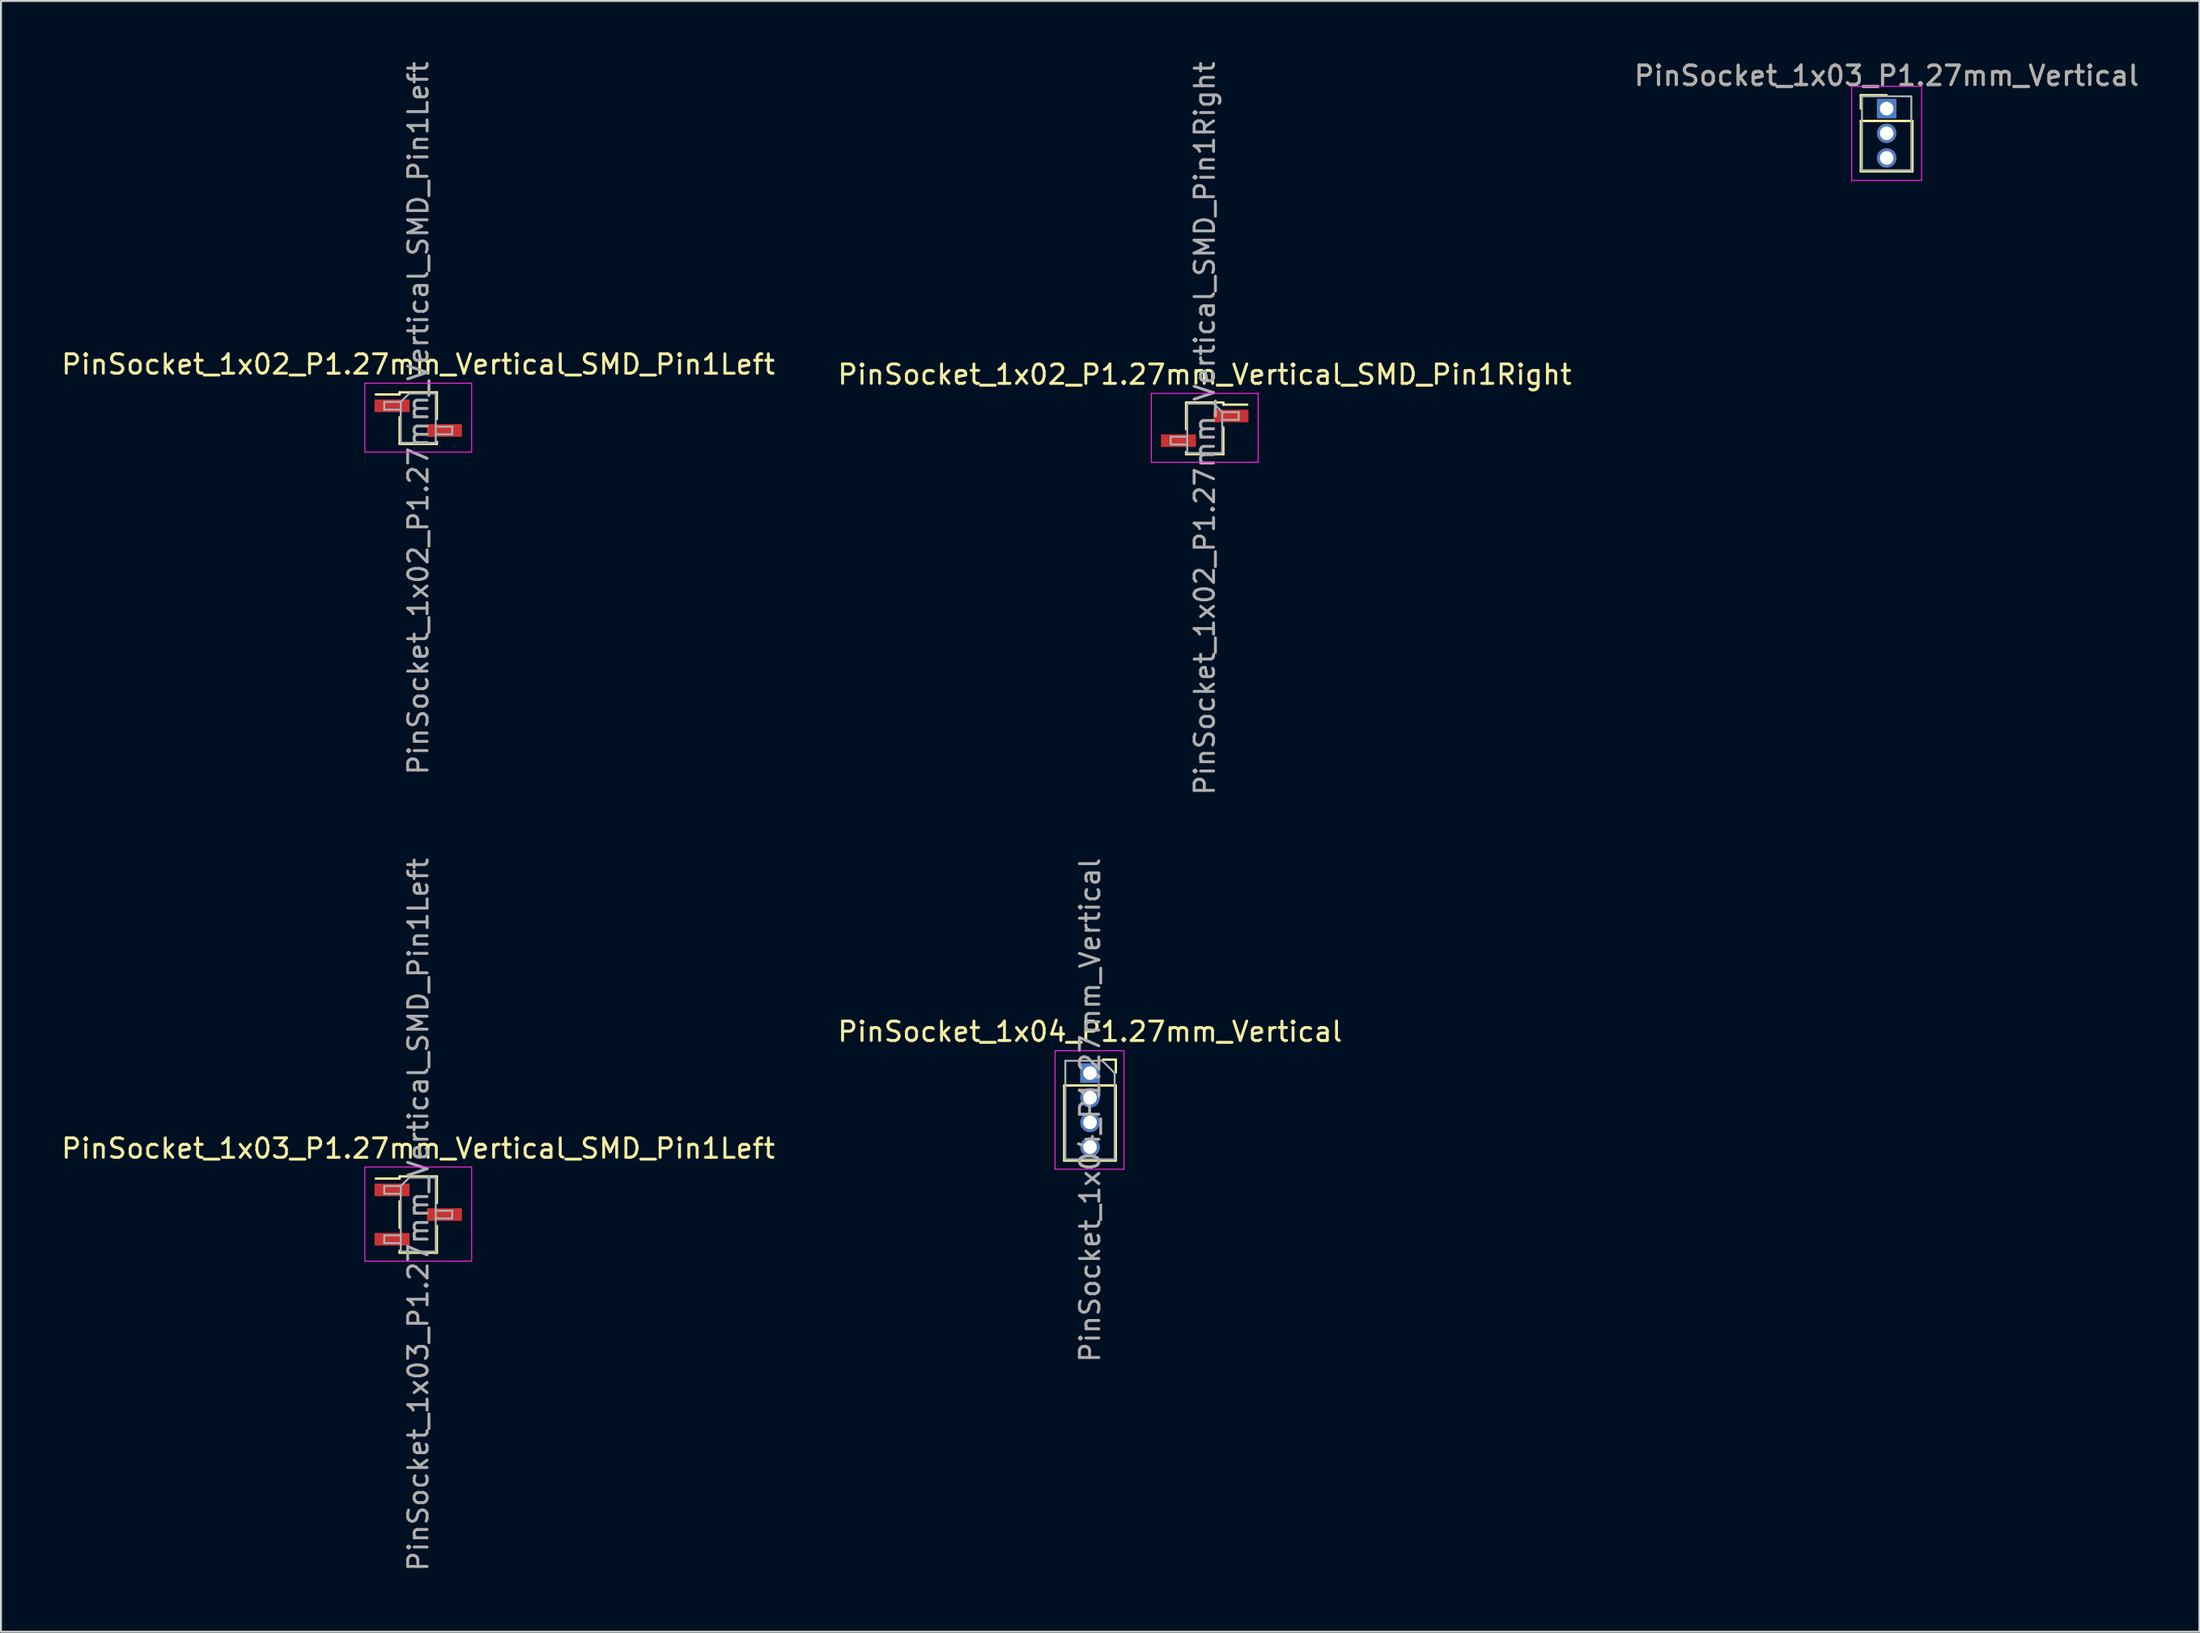
<source format=kicad_pcb>
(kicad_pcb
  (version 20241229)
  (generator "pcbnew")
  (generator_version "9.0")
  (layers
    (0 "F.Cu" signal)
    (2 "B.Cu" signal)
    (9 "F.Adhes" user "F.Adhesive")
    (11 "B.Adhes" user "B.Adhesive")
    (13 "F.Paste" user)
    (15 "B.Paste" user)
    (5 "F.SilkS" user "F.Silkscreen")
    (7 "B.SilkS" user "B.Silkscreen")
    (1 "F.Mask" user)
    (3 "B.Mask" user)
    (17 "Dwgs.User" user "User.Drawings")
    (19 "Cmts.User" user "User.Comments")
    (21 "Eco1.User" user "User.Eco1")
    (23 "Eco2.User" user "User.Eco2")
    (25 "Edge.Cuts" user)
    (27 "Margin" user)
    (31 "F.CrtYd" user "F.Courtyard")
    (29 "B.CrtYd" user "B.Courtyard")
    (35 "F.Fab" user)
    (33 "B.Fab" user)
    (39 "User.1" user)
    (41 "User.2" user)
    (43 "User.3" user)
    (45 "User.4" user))
  (footprint "PinSocket_1x04_P1.27mm_Vertical"
    (layer "F.Cu")
    (at 53.065 52.208)
    (property "Reference" "PinSocket_1x04_P1.27mm_Vertical" (at 0 -2.135 0) (layer "F.SilkS") (effects (font (size 1 1) (thickness 0.15))))
    (attr through_hole)
    (fp_line (start -1.33 0.635) (end -1.33 4.505) (stroke (width 0.12) (type solid)) (layer "F.SilkS"))
    (fp_line (start -1.33 4.505) (end 1.33 4.505) (stroke (width 0.12) (type solid)) (layer "F.SilkS"))
    (fp_line (start 1.33 -0.695) (end 0.665 -0.695) (stroke (width 0.12) (type solid)) (layer "F.SilkS"))
    (fp_line (start 1.33 -0.03) (end 1.33 -0.695) (stroke (width 0.12) (type solid)) (layer "F.SilkS"))
    (fp_line (start 1.33 0.635) (end -1.33 0.635) (stroke (width 0.12) (type solid)) (layer "F.SilkS"))
    (fp_line (start 1.33 4.505) (end 1.33 0.635) (stroke (width 0.12) (type solid)) (layer "F.SilkS"))
    (fp_line (start -1.8 -1.15) (end 1.75 -1.15) (stroke (width 0.05) (type solid)) (layer "F.CrtYd"))
    (fp_line (start -1.8 4.95) (end -1.8 -1.15) (stroke (width 0.05) (type solid)) (layer "F.CrtYd"))
    (fp_line (start 1.75 -1.15) (end 1.75 4.95) (stroke (width 0.05) (type solid)) (layer "F.CrtYd"))
    (fp_line (start 1.75 4.95) (end -1.8 4.95) (stroke (width 0.05) (type solid)) (layer "F.CrtYd"))
    (fp_line (start -1.27 -0.635) (end 0.635 -0.635) (stroke (width 0.1) (type solid)) (layer "F.Fab"))
    (fp_line (start -1.27 4.445) (end -1.27 -0.635) (stroke (width 0.1) (type solid)) (layer "F.Fab"))
    (fp_line (start 0.635 -0.635) (end 1.27 0) (stroke (width 0.1) (type solid)) (layer "F.Fab"))
    (fp_line (start 1.27 0) (end 1.27 4.445) (stroke (width 0.1) (type solid)) (layer "F.Fab"))
    (fp_line (start 1.27 4.445) (end -1.27 4.445) (stroke (width 0.1) (type solid)) (layer "F.Fab"))
    (fp_text user "${REFERENCE}" (at 0 1.905 90) (layer "F.Fab") (effects (font (size 1 1) (thickness 0.15))))
    (pad "1" thru_hole rect (at 0 0) (size 1 1) (drill 0.7) (layers "*.Cu" "*.Mask"))
    (pad "2" thru_hole oval (at 0 1.27) (size 1 1) (drill 0.7) (layers "*.Cu" "*.Mask"))
    (pad "3" thru_hole oval (at 0 2.54) (size 1 1) (drill 0.7) (layers "*.Cu" "*.Mask"))
    (pad "4" thru_hole oval (at 0 3.81) (size 1 1) (drill 0.7) (layers "*.Cu" "*.Mask")))
  (footprint "PinSocket_1x02_P1.27mm_Vertical_SMD_Pin1Right"
    (layer "F.Cu")
    (at 58.97 19.006)
    (property "Reference" "PinSocket_1x02_P1.27mm_Vertical_SMD_Pin1Right" (at 0 -2.77 0) (layer "F.SilkS") (effects (font (size 1 1) (thickness 0.15))))
    (attr smd)
    (fp_line (start -0.96 -1.33) (end -0.96 0.05) (stroke (width 0.12) (type solid)) (layer "F.SilkS"))
    (fp_line (start -0.96 -1.33) (end 0.96 -1.33) (stroke (width 0.12) (type solid)) (layer "F.SilkS"))
    (fp_line (start -0.96 1.22) (end -0.96 1.33) (stroke (width 0.12) (type solid)) (layer "F.SilkS"))
    (fp_line (start -0.96 1.33) (end 0.96 1.33) (stroke (width 0.12) (type solid)) (layer "F.SilkS"))
    (fp_line (start 0.96 -1.33) (end 0.96 -1.22) (stroke (width 0.12) (type solid)) (layer "F.SilkS"))
    (fp_line (start 0.96 -1.22) (end 2.19 -1.22) (stroke (width 0.12) (type solid)) (layer "F.SilkS"))
    (fp_line (start 0.96 -0.05) (end 0.96 1.33) (stroke (width 0.12) (type solid)) (layer "F.SilkS"))
    (fp_line (start -2.75 -1.8) (end 2.75 -1.8) (stroke (width 0.05) (type solid)) (layer "F.CrtYd"))
    (fp_line (start -2.75 1.75) (end -2.75 -1.8) (stroke (width 0.05) (type solid)) (layer "F.CrtYd"))
    (fp_line (start 2.75 -1.8) (end 2.75 1.75) (stroke (width 0.05) (type solid)) (layer "F.CrtYd"))
    (fp_line (start 2.75 1.75) (end -2.75 1.75) (stroke (width 0.05) (type solid)) (layer "F.CrtYd"))
    (fp_line (start -1.75 0.435) (end -0.9 0.435) (stroke (width 0.1) (type solid)) (layer "F.Fab"))
    (fp_line (start -1.75 0.835) (end -1.75 0.435) (stroke (width 0.1) (type solid)) (layer "F.Fab"))
    (fp_line (start -0.9 -1.27) (end 0.465 -1.27) (stroke (width 0.1) (type solid)) (layer "F.Fab"))
    (fp_line (start -0.9 0.835) (end -1.75 0.835) (stroke (width 0.1) (type solid)) (layer "F.Fab"))
    (fp_line (start -0.9 1.27) (end -0.9 -1.27) (stroke (width 0.1) (type solid)) (layer "F.Fab"))
    (fp_line (start 0.465 -1.27) (end 0.9 -0.835) (stroke (width 0.1) (type solid)) (layer "F.Fab"))
    (fp_line (start 0.9 -0.835) (end 0.9 1.27) (stroke (width 0.1) (type solid)) (layer "F.Fab"))
    (fp_line (start 0.9 -0.835) (end 1.75 -0.835) (stroke (width 0.1) (type solid)) (layer "F.Fab"))
    (fp_line (start 0.9 1.27) (end -0.9 1.27) (stroke (width 0.1) (type solid)) (layer "F.Fab"))
    (fp_line (start 1.75 -0.835) (end 1.75 -0.435) (stroke (width 0.1) (type solid)) (layer "F.Fab"))
    (fp_line (start 1.75 -0.435) (end 0.9 -0.435) (stroke (width 0.1) (type solid)) (layer "F.Fab"))
    (fp_text user "${REFERENCE}" (at 0 0 90) (layer "F.Fab") (effects (font (size 1 1) (thickness 0.15))))
    (pad "1" smd rect (at 1.35 -0.635) (size 1.8 0.65) (layers "F.Cu" "F.Mask" "F.Paste"))
    (pad "2" smd rect (at -1.35 0.635) (size 1.8 0.65) (layers "F.Cu" "F.Mask" "F.Paste")))
  (footprint "PinSocket_1x03_P1.27mm_Vertical"
    (layer "F.Cu")
    (at 94.077 2.543)
    (property "Reference" "PinSocket_1x03_P1.27mm_Vertical" (at 0 -1.695 0) (layer "F.SilkS") (effects (font (size 1 1) (thickness 0.15))))
    (attr through_hole)
    (fp_line (start -1.33 -0.695) (end 0 -0.695) (stroke (width 0.12) (type solid)) (layer "F.SilkS"))
    (fp_line (start -1.33 0) (end -1.33 -0.695) (stroke (width 0.12) (type solid)) (layer "F.SilkS"))
    (fp_line (start -1.33 0.635) (end -1.33 3.235) (stroke (width 0.12) (type solid)) (layer "F.SilkS"))
    (fp_line (start -1.33 3.235) (end 1.33 3.235) (stroke (width 0.12) (type solid)) (layer "F.SilkS"))
    (fp_line (start 1.33 0.635) (end -1.33 0.635) (stroke (width 0.12) (type solid)) (layer "F.SilkS"))
    (fp_line (start 1.33 3.235) (end 1.33 0.635) (stroke (width 0.12) (type solid)) (layer "F.SilkS"))
    (fp_line (start -1.8 -1.15) (end -1.8 3.7) (stroke (width 0.05) (type solid)) (layer "F.CrtYd"))
    (fp_line (start -1.8 3.7) (end 1.8 3.7) (stroke (width 0.05) (type solid)) (layer "F.CrtYd"))
    (fp_line (start 1.8 -1.15) (end -1.8 -1.15) (stroke (width 0.05) (type solid)) (layer "F.CrtYd"))
    (fp_line (start 1.8 3.7) (end 1.8 -1.15) (stroke (width 0.05) (type solid)) (layer "F.CrtYd"))
    (fp_line (start -1.27 -0.635) (end -1.27 3.175) (stroke (width 0.1) (type solid)) (layer "F.Fab"))
    (fp_line (start -1.27 3.175) (end 1.27 3.175) (stroke (width 0.1) (type solid)) (layer "F.Fab"))
    (fp_line (start 1.27 -0.635) (end -1.27 -0.635) (stroke (width 0.1) (type solid)) (layer "F.Fab"))
    (fp_line (start 1.27 3.175) (end 1.27 -0.635) (stroke (width 0.1) (type solid)) (layer "F.Fab"))
    (fp_text user "${REFERENCE}" (at 0 -1.695 0) (layer "F.Fab") (effects (font (size 1 1) (thickness 0.15))))
    (pad "1" thru_hole rect (at 0 0) (size 1 1) (drill 0.7) (layers "*.Cu" "*.Mask"))
    (pad "2" thru_hole oval (at 0 1.27) (size 1 1) (drill 0.7) (layers "*.Cu" "*.Mask"))
    (pad "3" thru_hole oval (at 0 2.54) (size 1 1) (drill 0.7) (layers "*.Cu" "*.Mask")))
  (footprint "PinSocket_1x03_P1.27mm_Vertical_SMD_Pin1Left"
    (layer "F.Cu")
    (at 18.482 59.494)
    (property "Reference" "PinSocket_1x03_P1.27mm_Vertical_SMD_Pin1Left" (at 0 -3.405 0) (layer "F.SilkS") (effects (font (size 1 1) (thickness 0.15))))
    (attr smd)
    (fp_line (start -2.19 -1.855) (end -0.96 -1.855) (stroke (width 0.12) (type solid)) (layer "F.SilkS"))
    (fp_line (start -0.96 -1.965) (end -0.96 -1.855) (stroke (width 0.12) (type solid)) (layer "F.SilkS"))
    (fp_line (start -0.96 -1.965) (end 0.96 -1.965) (stroke (width 0.12) (type solid)) (layer "F.SilkS"))
    (fp_line (start -0.96 -0.685) (end -0.96 0.685) (stroke (width 0.12) (type solid)) (layer "F.SilkS"))
    (fp_line (start -0.96 1.855) (end -0.96 1.965) (stroke (width 0.12) (type solid)) (layer "F.SilkS"))
    (fp_line (start -0.96 1.965) (end 0.96 1.965) (stroke (width 0.12) (type solid)) (layer "F.SilkS"))
    (fp_line (start 0.96 -1.965) (end 0.96 -0.585) (stroke (width 0.12) (type solid)) (layer "F.SilkS"))
    (fp_line (start 0.96 0.585) (end 0.96 1.965) (stroke (width 0.12) (type solid)) (layer "F.SilkS"))
    (fp_line (start -2.75 -2.45) (end 2.75 -2.45) (stroke (width 0.05) (type solid)) (layer "F.CrtYd"))
    (fp_line (start -2.75 2.4) (end -2.75 -2.45) (stroke (width 0.05) (type solid)) (layer "F.CrtYd"))
    (fp_line (start 2.75 -2.45) (end 2.75 2.4) (stroke (width 0.05) (type solid)) (layer "F.CrtYd"))
    (fp_line (start 2.75 2.4) (end -2.75 2.4) (stroke (width 0.05) (type solid)) (layer "F.CrtYd"))
    (fp_line (start -1.75 -1.47) (end -0.9 -1.47) (stroke (width 0.1) (type solid)) (layer "F.Fab"))
    (fp_line (start -1.75 -1.07) (end -1.75 -1.47) (stroke (width 0.1) (type solid)) (layer "F.Fab"))
    (fp_line (start -1.75 1.07) (end -0.9 1.07) (stroke (width 0.1) (type solid)) (layer "F.Fab"))
    (fp_line (start -1.75 1.47) (end -1.75 1.07) (stroke (width 0.1) (type solid)) (layer "F.Fab"))
    (fp_line (start -0.9 -1.47) (end -0.465 -1.905) (stroke (width 0.1) (type solid)) (layer "F.Fab"))
    (fp_line (start -0.9 -1.07) (end -1.75 -1.07) (stroke (width 0.1) (type solid)) (layer "F.Fab"))
    (fp_line (start -0.9 1.47) (end -1.75 1.47) (stroke (width 0.1) (type solid)) (layer "F.Fab"))
    (fp_line (start -0.9 1.905) (end -0.9 -1.47) (stroke (width 0.1) (type solid)) (layer "F.Fab"))
    (fp_line (start -0.465 -1.905) (end 0.9 -1.905) (stroke (width 0.1) (type solid)) (layer "F.Fab"))
    (fp_line (start 0.9 -1.905) (end 0.9 1.905) (stroke (width 0.1) (type solid)) (layer "F.Fab"))
    (fp_line (start 0.9 -0.2) (end 1.75 -0.2) (stroke (width 0.1) (type solid)) (layer "F.Fab"))
    (fp_line (start 0.9 1.905) (end -0.9 1.905) (stroke (width 0.1) (type solid)) (layer "F.Fab"))
    (fp_line (start 1.75 -0.2) (end 1.75 0.2) (stroke (width 0.1) (type solid)) (layer "F.Fab"))
    (fp_line (start 1.75 0.2) (end 0.9 0.2) (stroke (width 0.1) (type solid)) (layer "F.Fab"))
    (fp_text user "${REFERENCE}" (at 0 0 90) (layer "F.Fab") (effects (font (size 1 1) (thickness 0.15))))
    (pad "1" smd rect (at -1.35 -1.27) (size 1.8 0.65) (layers "F.Cu" "F.Mask" "F.Paste"))
    (pad "2" smd rect (at 1.35 0) (size 1.8 0.65) (layers "F.Cu" "F.Mask" "F.Paste"))
    (pad "3" smd rect (at -1.35 1.27) (size 1.8 0.65) (layers "F.Cu" "F.Mask" "F.Paste")))
  (footprint "PinSocket_1x02_P1.27mm_Vertical_SMD_Pin1Left"
    (layer "F.Cu")
    (at 18.482 18.482)
    (property "Reference" "PinSocket_1x02_P1.27mm_Vertical_SMD_Pin1Left" (at 0 -2.77 0) (layer "F.SilkS") (effects (font (size 1 1) (thickness 0.15))))
    (attr smd)
    (fp_line (start -2.19 -1.22) (end -0.96 -1.22) (stroke (width 0.12) (type solid)) (layer "F.SilkS"))
    (fp_line (start -0.96 -1.33) (end -0.96 -1.22) (stroke (width 0.12) (type solid)) (layer "F.SilkS"))
    (fp_line (start -0.96 -1.33) (end 0.96 -1.33) (stroke (width 0.12) (type solid)) (layer "F.SilkS"))
    (fp_line (start -0.96 -0.05) (end -0.96 1.33) (stroke (width 0.12) (type solid)) (layer "F.SilkS"))
    (fp_line (start -0.96 1.33) (end 0.96 1.33) (stroke (width 0.12) (type solid)) (layer "F.SilkS"))
    (fp_line (start 0.96 -1.33) (end 0.96 0.05) (stroke (width 0.12) (type solid)) (layer "F.SilkS"))
    (fp_line (start 0.96 1.22) (end 0.96 1.33) (stroke (width 0.12) (type solid)) (layer "F.SilkS"))
    (fp_line (start -2.75 -1.8) (end 2.75 -1.8) (stroke (width 0.05) (type solid)) (layer "F.CrtYd"))
    (fp_line (start -2.75 1.75) (end -2.75 -1.8) (stroke (width 0.05) (type solid)) (layer "F.CrtYd"))
    (fp_line (start 2.75 -1.8) (end 2.75 1.75) (stroke (width 0.05) (type solid)) (layer "F.CrtYd"))
    (fp_line (start 2.75 1.75) (end -2.75 1.75) (stroke (width 0.05) (type solid)) (layer "F.CrtYd"))
    (fp_line (start -1.75 -0.835) (end -0.9 -0.835) (stroke (width 0.1) (type solid)) (layer "F.Fab"))
    (fp_line (start -1.75 -0.435) (end -1.75 -0.835) (stroke (width 0.1) (type solid)) (layer "F.Fab"))
    (fp_line (start -0.9 -0.835) (end -0.465 -1.27) (stroke (width 0.1) (type solid)) (layer "F.Fab"))
    (fp_line (start -0.9 -0.435) (end -1.75 -0.435) (stroke (width 0.1) (type solid)) (layer "F.Fab"))
    (fp_line (start -0.9 1.27) (end -0.9 -0.835) (stroke (width 0.1) (type solid)) (layer "F.Fab"))
    (fp_line (start -0.465 -1.27) (end 0.9 -1.27) (stroke (width 0.1) (type solid)) (layer "F.Fab"))
    (fp_line (start 0.9 -1.27) (end 0.9 1.27) (stroke (width 0.1) (type solid)) (layer "F.Fab"))
    (fp_line (start 0.9 0.435) (end 1.75 0.435) (stroke (width 0.1) (type solid)) (layer "F.Fab"))
    (fp_line (start 0.9 1.27) (end -0.9 1.27) (stroke (width 0.1) (type solid)) (layer "F.Fab"))
    (fp_line (start 1.75 0.435) (end 1.75 0.835) (stroke (width 0.1) (type solid)) (layer "F.Fab"))
    (fp_line (start 1.75 0.835) (end 0.9 0.835) (stroke (width 0.1) (type solid)) (layer "F.Fab"))
    (fp_text user "${REFERENCE}" (at 0 0 90) (layer "F.Fab") (effects (font (size 1 1) (thickness 0.15))))
    (pad "1" smd rect (at -1.35 -0.635) (size 1.8 0.65) (layers "F.Cu" "F.Mask" "F.Paste"))
    (pad "2" smd rect (at 1.35 0.635) (size 1.8 0.65) (layers "F.Cu" "F.Mask" "F.Paste")))
  (gr_rect
    (start -3 -3)
    (end 110.179 80.976)
    (stroke (width 0.1) (type default))
    (fill no)
    (layer "Edge.Cuts")))
</source>
